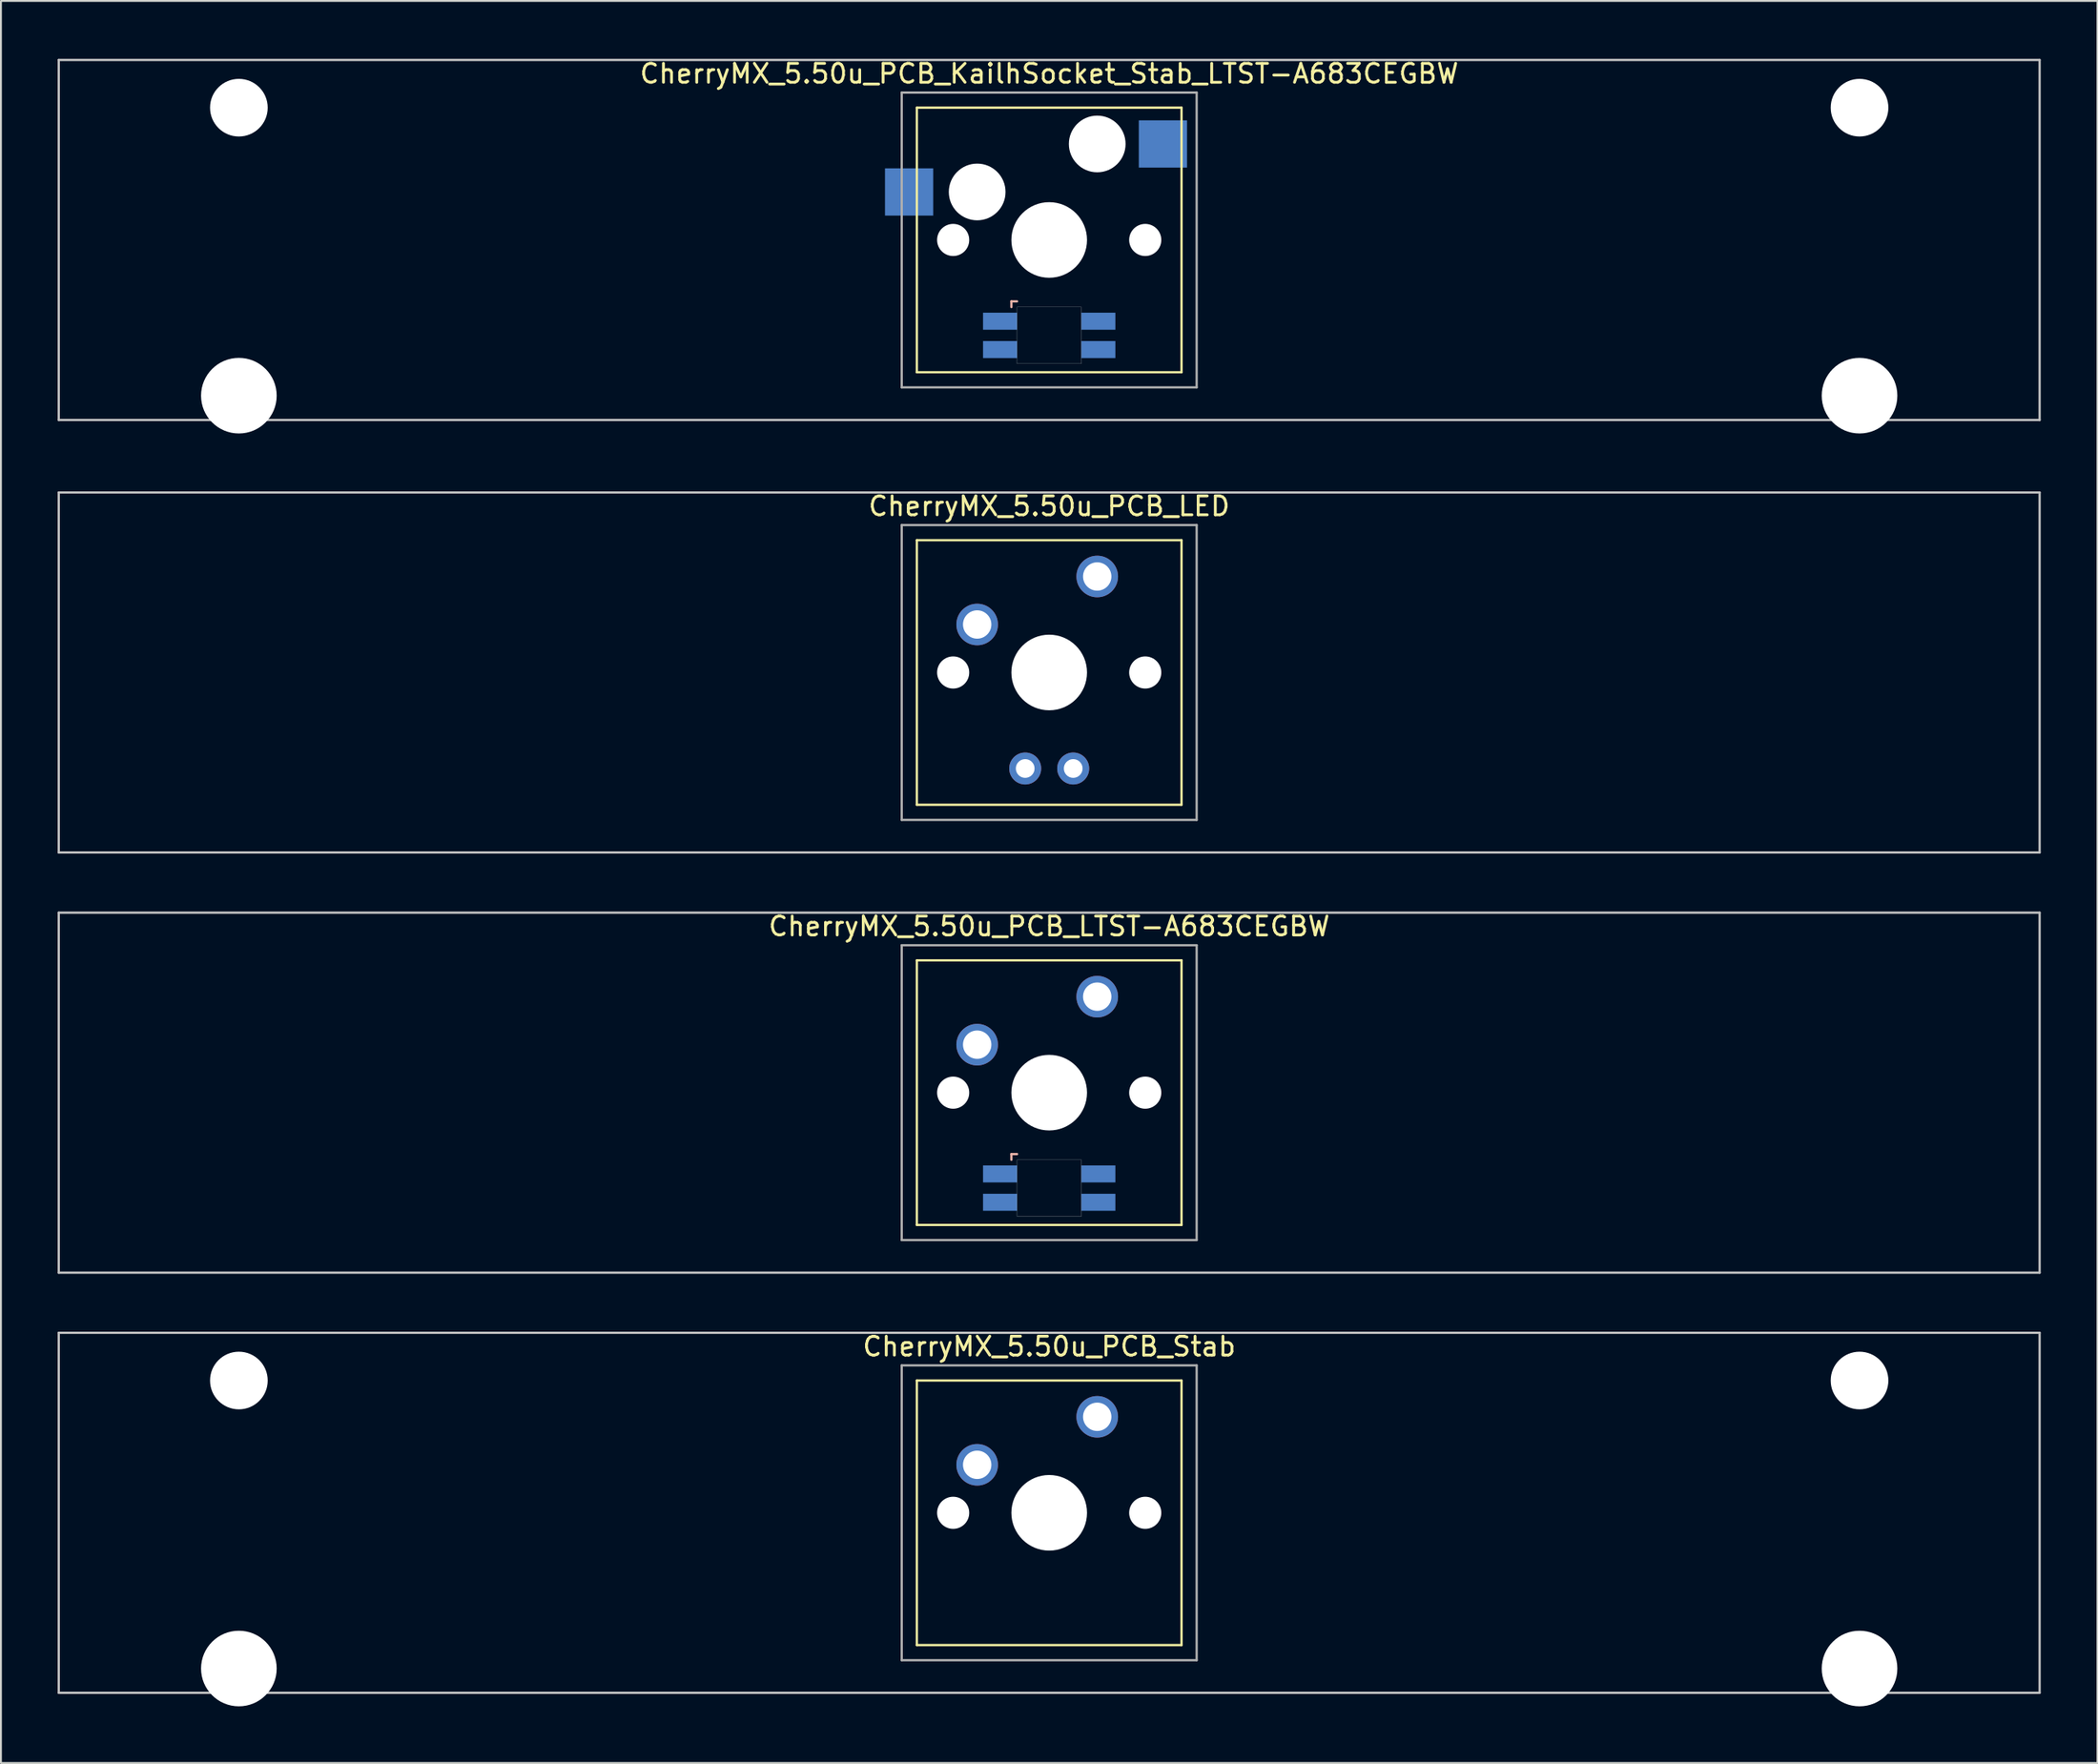
<source format=kicad_pcb>
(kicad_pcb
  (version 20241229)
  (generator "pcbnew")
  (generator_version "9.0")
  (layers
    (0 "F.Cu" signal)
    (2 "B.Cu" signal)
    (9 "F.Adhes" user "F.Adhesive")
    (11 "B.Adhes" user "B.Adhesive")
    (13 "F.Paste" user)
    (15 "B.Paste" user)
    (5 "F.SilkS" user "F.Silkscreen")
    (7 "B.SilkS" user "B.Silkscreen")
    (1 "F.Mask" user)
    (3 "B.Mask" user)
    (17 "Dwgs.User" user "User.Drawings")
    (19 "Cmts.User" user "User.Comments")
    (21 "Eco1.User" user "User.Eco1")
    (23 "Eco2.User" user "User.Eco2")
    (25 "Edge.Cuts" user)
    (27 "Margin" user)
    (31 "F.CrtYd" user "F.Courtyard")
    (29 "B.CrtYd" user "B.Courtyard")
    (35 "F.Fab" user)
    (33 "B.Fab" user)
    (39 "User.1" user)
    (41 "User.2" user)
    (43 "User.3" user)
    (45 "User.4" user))
  (footprint "CherryMX_5.50u_PCB_LED"
    (layer "F.Cu")
    (at 52.447 32.536)
    (property "Reference" "CherryMX_5.50u_PCB_LED" (at 0 -8.8 0) (layer "F.SilkS") (effects (font (size 1 1) (thickness 0.15))))
    (attr through_hole)
    (fp_line (start -7 -7) (end -7 7) (stroke (width 0.12) (type solid)) (layer "F.SilkS"))
    (fp_line (start -7 -7) (end 7 -7) (stroke (width 0.12) (type solid)) (layer "F.SilkS"))
    (fp_line (start 7 -7) (end 7 7) (stroke (width 0.12) (type solid)) (layer "F.SilkS"))
    (fp_line (start 7 7) (end -7 7) (stroke (width 0.12) (type solid)) (layer "F.SilkS"))
    (fp_line (start -52.388 -9.525) (end 52.388 -9.525) (stroke (width 0.12) (type solid)) (layer "Dwgs.User"))
    (fp_line (start -52.388 9.525) (end -52.388 -9.525) (stroke (width 0.12) (type solid)) (layer "Dwgs.User"))
    (fp_line (start 52.388 -9.525) (end 52.388 9.525) (stroke (width 0.12) (type solid)) (layer "Dwgs.User"))
    (fp_line (start 52.388 9.525) (end -52.388 9.525) (stroke (width 0.12) (type solid)) (layer "Dwgs.User"))
    (fp_line (start -7.8 -7.8) (end -7.8 7.8) (stroke (width 0.12) (type solid)) (layer "F.Fab"))
    (fp_line (start -7.8 -7.8) (end 7.8 -7.8) (stroke (width 0.12) (type solid)) (layer "F.Fab"))
    (fp_line (start -7.8 7.8) (end 7.8 7.8) (stroke (width 0.12) (type solid)) (layer "F.Fab"))
    (fp_line (start 7.8 -7.8) (end 7.8 7.8) (stroke (width 0.12) (type solid)) (layer "F.Fab"))
    (pad "" np_thru_hole circle (at -5.08 0) (size 1.7 1.7) (drill 1.7) (layers "*.Cu" "*.Mask"))
    (pad "" np_thru_hole circle (at 0 0) (size 4 4) (drill 4) (layers "*.Cu" "*.Mask"))
    (pad "" np_thru_hole circle (at 5.08 0) (size 1.7 1.7) (drill 1.7) (layers "*.Cu" "*.Mask"))
    (pad "1" thru_hole circle (at -3.81 -2.54) (size 2.2 2.2) (drill 1.5) (layers "*.Cu" "*.Mask"))
    (pad "2" thru_hole circle (at 2.54 -5.08) (size 2.2 2.2) (drill 1.5) (layers "*.Cu" "*.Mask"))
    (pad "3" thru_hole circle (at -1.27 5.08) (size 1.691 1.691) (drill 0.991) (layers "*.Cu" "*.Mask"))
    (pad "4" thru_hole circle (at 1.27 5.08) (size 1.691 1.691) (drill 0.991) (layers "*.Cu" "*.Mask")))
  (footprint "CherryMX_5.50u_PCB_Stab"
    (layer "F.Cu")
    (at 52.447 77.003)
    (property "Reference" "CherryMX_5.50u_PCB_Stab" (at 0 -8.8 0) (layer "F.SilkS") (effects (font (size 1 1) (thickness 0.15))))
    (attr through_hole)
    (fp_line (start -7 -7) (end -7 7) (stroke (width 0.12) (type solid)) (layer "F.SilkS"))
    (fp_line (start -7 -7) (end 7 -7) (stroke (width 0.12) (type solid)) (layer "F.SilkS"))
    (fp_line (start 7 -7) (end 7 7) (stroke (width 0.12) (type solid)) (layer "F.SilkS"))
    (fp_line (start 7 7) (end -7 7) (stroke (width 0.12) (type solid)) (layer "F.SilkS"))
    (fp_line (start -52.388 -9.525) (end 52.388 -9.525) (stroke (width 0.12) (type solid)) (layer "Dwgs.User"))
    (fp_line (start -52.388 9.525) (end -52.388 -9.525) (stroke (width 0.12) (type solid)) (layer "Dwgs.User"))
    (fp_line (start 52.388 -9.525) (end 52.388 9.525) (stroke (width 0.12) (type solid)) (layer "Dwgs.User"))
    (fp_line (start 52.388 9.525) (end -52.388 9.525) (stroke (width 0.12) (type solid)) (layer "Dwgs.User"))
    (fp_line (start -7.8 -7.8) (end -7.8 7.8) (stroke (width 0.12) (type solid)) (layer "F.Fab"))
    (fp_line (start -7.8 -7.8) (end 7.8 -7.8) (stroke (width 0.12) (type solid)) (layer "F.Fab"))
    (fp_line (start -7.8 7.8) (end 7.8 7.8) (stroke (width 0.12) (type solid)) (layer "F.Fab"))
    (fp_line (start 7.8 -7.8) (end 7.8 7.8) (stroke (width 0.12) (type solid)) (layer "F.Fab"))
    (pad "" np_thru_hole circle (at -42.862 -7) (size 3.05 3.05) (drill 3.05) (layers "*.Cu" "*.Mask"))
    (pad "" np_thru_hole circle (at -42.862 8.24) (size 4 4) (drill 4) (layers "*.Cu" "*.Mask"))
    (pad "" np_thru_hole circle (at -5.08 0) (size 1.7 1.7) (drill 1.7) (layers "*.Cu" "*.Mask"))
    (pad "" np_thru_hole circle (at 0 0) (size 4 4) (drill 4) (layers "*.Cu" "*.Mask"))
    (pad "" np_thru_hole circle (at 5.08 0) (size 1.7 1.7) (drill 1.7) (layers "*.Cu" "*.Mask"))
    (pad "" np_thru_hole circle (at 42.862 -7) (size 3.05 3.05) (drill 3.05) (layers "*.Cu" "*.Mask"))
    (pad "" np_thru_hole circle (at 42.862 8.24) (size 4 4) (drill 4) (layers "*.Cu" "*.Mask"))
    (pad "1" thru_hole circle (at -3.81 -2.54) (size 2.2 2.2) (drill 1.5) (layers "*.Cu" "*.Mask"))
    (pad "2" thru_hole circle (at 2.54 -5.08) (size 2.2 2.2) (drill 1.5) (layers "*.Cu" "*.Mask")))
  (footprint "CherryMX_5.50u_PCB_LTST-A683CEGBW"
    (layer "F.Cu")
    (at 52.447 54.77)
    (property "Reference" "CherryMX_5.50u_PCB_LTST-A683CEGBW" (at 0 -8.8 0) (layer "F.SilkS") (effects (font (size 1 1) (thickness 0.15))))
    (attr through_hole)
    (fp_line (start -7 -7) (end -7 7) (stroke (width 0.12) (type solid)) (layer "F.SilkS"))
    (fp_line (start -7 -7) (end 7 -7) (stroke (width 0.12) (type solid)) (layer "F.SilkS"))
    (fp_line (start 7 -7) (end 7 7) (stroke (width 0.12) (type solid)) (layer "F.SilkS"))
    (fp_line (start 7 7) (end -7 7) (stroke (width 0.12) (type solid)) (layer "F.SilkS"))
    (fp_line (start -2 3.25) (end -2 3.55) (stroke (width 0.12) (type solid)) (layer "B.SilkS"))
    (fp_line (start -1.7 3.25) (end -2 3.25) (stroke (width 0.12) (type solid)) (layer "B.SilkS"))
    (fp_line (start -52.388 -9.525) (end 52.388 -9.525) (stroke (width 0.12) (type solid)) (layer "Dwgs.User"))
    (fp_line (start -52.388 9.525) (end -52.388 -9.525) (stroke (width 0.12) (type solid)) (layer "Dwgs.User"))
    (fp_line (start 52.388 -9.525) (end 52.388 9.525) (stroke (width 0.12) (type solid)) (layer "Dwgs.User"))
    (fp_line (start 52.388 9.525) (end -52.388 9.525) (stroke (width 0.12) (type solid)) (layer "Dwgs.User"))
    (fp_poly (pts (xy 1.7 6.55) (xy -1.7 6.55) (xy -1.7 3.55) (xy 1.7 3.55)) (stroke (width 0.01) (type solid)) (fill no) (layer "Edge.Cuts"))
    (fp_line (start -7.8 -7.8) (end -7.8 7.8) (stroke (width 0.12) (type solid)) (layer "F.Fab"))
    (fp_line (start -7.8 -7.8) (end 7.8 -7.8) (stroke (width 0.12) (type solid)) (layer "F.Fab"))
    (fp_line (start -7.8 7.8) (end 7.8 7.8) (stroke (width 0.12) (type solid)) (layer "F.Fab"))
    (fp_line (start 7.8 -7.8) (end 7.8 7.8) (stroke (width 0.12) (type solid)) (layer "F.Fab"))
    (pad "" np_thru_hole circle (at -5.08 0) (size 1.7 1.7) (drill 1.7) (layers "*.Cu" "*.Mask"))
    (pad "" np_thru_hole circle (at 0 0) (size 4 4) (drill 4) (layers "*.Cu" "*.Mask"))
    (pad "" np_thru_hole circle (at 5.08 0) (size 1.7 1.7) (drill 1.7) (layers "*.Cu" "*.Mask"))
    (pad "1" thru_hole circle (at -3.81 -2.54) (size 2.2 2.2) (drill 1.5) (layers "*.Cu" "*.Mask"))
    (pad "2" thru_hole circle (at 2.54 -5.08) (size 2.2 2.2) (drill 1.5) (layers "*.Cu" "*.Mask"))
    (pad "3" smd rect (at -2.6 4.3) (size 1.8 0.9) (layers "B.Cu" "B.Mask" "B.Paste"))
    (pad "4" smd rect (at -2.6 5.8) (size 1.8 0.9) (layers "B.Cu" "B.Mask" "B.Paste"))
    (pad "5" smd rect (at 2.6 4.3) (size 1.8 0.9) (layers "B.Cu" "B.Mask" "B.Paste"))
    (pad "6" smd rect (at 2.6 5.8) (size 1.8 0.9) (layers "B.Cu" "B.Mask" "B.Paste")))
  (footprint "CherryMX_5.50u_PCB_KailhSocket_Stab_LTST-A683CEGBW"
    (layer "F.Cu")
    (at 52.447 9.648)
    (property "Reference" "CherryMX_5.50u_PCB_KailhSocket_Stab_LTST-A683CEGBW" (at 0 -8.8 0) (layer "F.SilkS") (effects (font (size 1 1) (thickness 0.15))))
    (attr through_hole)
    (fp_line (start -7 -7) (end -7 7) (stroke (width 0.12) (type solid)) (layer "F.SilkS"))
    (fp_line (start -7 -7) (end 7 -7) (stroke (width 0.12) (type solid)) (layer "F.SilkS"))
    (fp_line (start 7 -7) (end 7 7) (stroke (width 0.12) (type solid)) (layer "F.SilkS"))
    (fp_line (start 7 7) (end -7 7) (stroke (width 0.12) (type solid)) (layer "F.SilkS"))
    (fp_line (start -2 3.25) (end -2 3.55) (stroke (width 0.12) (type solid)) (layer "B.SilkS"))
    (fp_line (start -1.7 3.25) (end -2 3.25) (stroke (width 0.12) (type solid)) (layer "B.SilkS"))
    (fp_line (start -52.388 -9.525) (end 52.388 -9.525) (stroke (width 0.12) (type solid)) (layer "Dwgs.User"))
    (fp_line (start -52.388 9.525) (end -52.388 -9.525) (stroke (width 0.12) (type solid)) (layer "Dwgs.User"))
    (fp_line (start 52.388 -9.525) (end 52.388 9.525) (stroke (width 0.12) (type solid)) (layer "Dwgs.User"))
    (fp_line (start 52.388 9.525) (end -52.388 9.525) (stroke (width 0.12) (type solid)) (layer "Dwgs.User"))
    (fp_poly (pts (xy 1.7 6.55) (xy -1.7 6.55) (xy -1.7 3.55) (xy 1.7 3.55)) (stroke (width 0.01) (type solid)) (fill no) (layer "Edge.Cuts"))
    (fp_line (start -7.8 -7.8) (end -7.8 7.8) (stroke (width 0.12) (type solid)) (layer "F.Fab"))
    (fp_line (start -7.8 -7.8) (end 7.8 -7.8) (stroke (width 0.12) (type solid)) (layer "F.Fab"))
    (fp_line (start -7.8 7.8) (end 7.8 7.8) (stroke (width 0.12) (type solid)) (layer "F.Fab"))
    (fp_line (start 7.8 -7.8) (end 7.8 7.8) (stroke (width 0.12) (type solid)) (layer "F.Fab"))
    (pad "" np_thru_hole circle (at -42.862 -7) (size 3.05 3.05) (drill 3.05) (layers "*.Cu" "*.Mask"))
    (pad "" np_thru_hole circle (at -42.862 8.24) (size 4 4) (drill 4) (layers "*.Cu" "*.Mask"))
    (pad "" np_thru_hole circle (at -5.08 0) (size 1.7 1.7) (drill 1.7) (layers "*.Cu" "*.Mask"))
    (pad "" np_thru_hole circle (at -3.81 -2.54) (size 3 3) (drill 3) (layers "*.Cu" "*.Mask"))
    (pad "" np_thru_hole circle (at 0 0) (size 4 4) (drill 4) (layers "*.Cu" "*.Mask"))
    (pad "" np_thru_hole circle (at 2.54 -5.08) (size 3 3) (drill 3) (layers "*.Cu" "*.Mask"))
    (pad "" np_thru_hole circle (at 5.08 0) (size 1.7 1.7) (drill 1.7) (layers "*.Cu" "*.Mask"))
    (pad "" np_thru_hole circle (at 42.862 -7) (size 3.05 3.05) (drill 3.05) (layers "*.Cu" "*.Mask"))
    (pad "" np_thru_hole circle (at 42.862 8.24) (size 4 4) (drill 4) (layers "*.Cu" "*.Mask"))
    (pad "1" smd rect (at -7.41 -2.54) (size 2.55 2.5) (layers "B.Cu" "B.Mask" "B.Paste"))
    (pad "2" smd rect (at 6.015 -5.08) (size 2.55 2.5) (layers "B.Cu" "B.Mask" "B.Paste"))
    (pad "3" smd rect (at -2.6 4.3) (size 1.8 0.9) (layers "B.Cu" "B.Mask" "B.Paste"))
    (pad "4" smd rect (at -2.6 5.8) (size 1.8 0.9) (layers "B.Cu" "B.Mask" "B.Paste"))
    (pad "5" smd rect (at 2.6 4.3) (size 1.8 0.9) (layers "B.Cu" "B.Mask" "B.Paste"))
    (pad "6" smd rect (at 2.6 5.8) (size 1.8 0.9) (layers "B.Cu" "B.Mask" "B.Paste")))
  (gr_rect
    (start -3 -3)
    (end 107.895 90.243)
    (stroke (width 0.1) (type default))
    (fill no)
    (layer "Edge.Cuts")))
</source>
